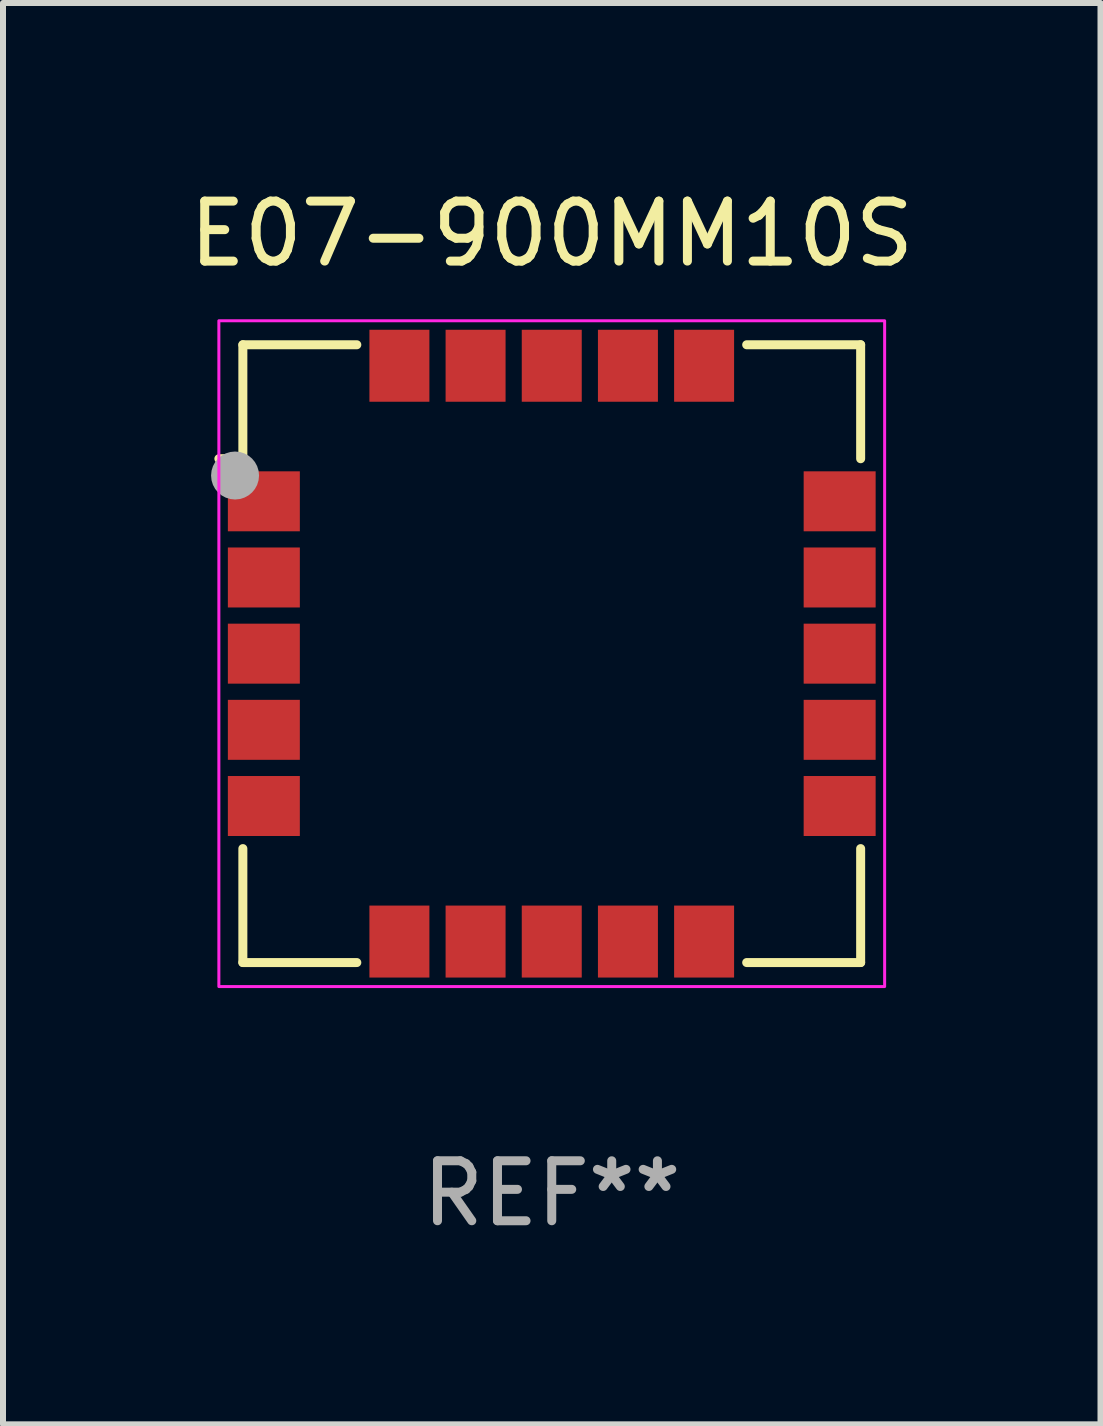
<source format=kicad_pcb>
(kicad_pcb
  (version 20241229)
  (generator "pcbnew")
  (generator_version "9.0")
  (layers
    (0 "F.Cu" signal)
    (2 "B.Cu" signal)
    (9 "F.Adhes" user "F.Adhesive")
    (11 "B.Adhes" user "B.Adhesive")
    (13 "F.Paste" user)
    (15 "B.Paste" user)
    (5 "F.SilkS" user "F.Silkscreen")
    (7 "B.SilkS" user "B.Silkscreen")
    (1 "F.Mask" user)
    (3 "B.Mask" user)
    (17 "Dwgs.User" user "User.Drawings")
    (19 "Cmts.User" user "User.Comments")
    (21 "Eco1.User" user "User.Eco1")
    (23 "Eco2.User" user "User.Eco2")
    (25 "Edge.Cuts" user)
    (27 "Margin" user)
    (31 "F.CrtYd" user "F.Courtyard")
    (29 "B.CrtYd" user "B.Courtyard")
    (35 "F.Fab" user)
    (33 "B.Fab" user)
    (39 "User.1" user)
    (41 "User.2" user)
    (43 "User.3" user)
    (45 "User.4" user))
  (footprint "E07-900MM10S"
    (layer "F.Cu")
    (at 6.149 7.848)
    (property "Reference" "E07-900MM10S" (at 0 -7 0) (layer "F.SilkS") (effects (font (size 1 1) (thickness 0.15))))
    (attr smd)
    (fp_line (start -5.15 -5.15) (end -3.25 -5.15) (stroke (width 0.15) (type solid)) (layer "F.SilkS"))
    (fp_line (start -5.15 -3.25) (end -5.55 -3.25) (stroke (width 0.15) (type default)) (layer "F.SilkS"))
    (fp_line (start -5.15 -3.25) (end -5.15 -5.15) (stroke (width 0.15) (type solid)) (layer "F.SilkS"))
    (fp_line (start -5.15 5.15) (end -5.15 3.25) (stroke (width 0.15) (type solid)) (layer "F.SilkS"))
    (fp_line (start -3.25 5.15) (end -5.15 5.15) (stroke (width 0.15) (type solid)) (layer "F.SilkS"))
    (fp_line (start 3.25 -5.15) (end 5.15 -5.15) (stroke (width 0.15) (type solid)) (layer "F.SilkS"))
    (fp_line (start 5.15 -5.15) (end 5.15 -3.25) (stroke (width 0.15) (type solid)) (layer "F.SilkS"))
    (fp_line (start 5.15 3.25) (end 5.15 5.15) (stroke (width 0.15) (type solid)) (layer "F.SilkS"))
    (fp_line (start 5.15 5.15) (end 3.25 5.15) (stroke (width 0.15) (type solid)) (layer "F.SilkS"))
    (fp_rect (start -5.55 -5.55) (end 5.55 5.55) (stroke (width 0.05) (type default)) (fill no) (layer "F.CrtYd"))
    (fp_circle (center -5.28 -2.97) (end -5.08 -2.97) (stroke (width 0.4) (type solid)) (fill no) (layer "F.Fab"))
    (fp_text user "REF**" (at 0 9 0) (layer "F.Fab") (effects (font (size 1 1) (thickness 0.15))))
    (pad "1" smd rect (at -4.8 -2.54) (size 1.2 1) (layers "F.Cu" "F.Mask" "F.Paste"))
    (pad "2" smd rect (at -4.8 -1.27) (size 1.2 1) (layers "F.Cu" "F.Mask" "F.Paste"))
    (pad "3" smd rect (at -4.8 0) (size 1.2 1) (layers "F.Cu" "F.Mask" "F.Paste"))
    (pad "4" smd rect (at -4.8 1.27) (size 1.2 1) (layers "F.Cu" "F.Mask" "F.Paste"))
    (pad "5" smd rect (at -4.8 2.54) (size 1.2 1) (layers "F.Cu" "F.Mask" "F.Paste"))
    (pad "6" smd rect (at -2.54 4.8) (size 1 1.2) (layers "F.Cu" "F.Mask" "F.Paste"))
    (pad "7" smd rect (at -1.27 4.8) (size 1 1.2) (layers "F.Cu" "F.Mask" "F.Paste"))
    (pad "8" smd rect (at 0 4.8) (size 1 1.2) (layers "F.Cu" "F.Mask" "F.Paste"))
    (pad "9" smd rect (at 1.27 4.8) (size 1 1.2) (layers "F.Cu" "F.Mask" "F.Paste"))
    (pad "10" smd rect (at 2.54 4.8) (size 1 1.2) (layers "F.Cu" "F.Mask" "F.Paste"))
    (pad "11" smd rect (at 4.8 2.54) (size 1.2 1) (layers "F.Cu" "F.Mask" "F.Paste"))
    (pad "12" smd rect (at 4.8 1.27) (size 1.2 1) (layers "F.Cu" "F.Mask" "F.Paste"))
    (pad "13" smd rect (at 4.8 0) (size 1.2 1) (layers "F.Cu" "F.Mask" "F.Paste"))
    (pad "14" smd rect (at 4.8 -1.27) (size 1.2 1) (layers "F.Cu" "F.Mask" "F.Paste"))
    (pad "15" smd rect (at 4.8 -2.54) (size 1.2 1) (layers "F.Cu" "F.Mask" "F.Paste"))
    (pad "16" smd rect (at 2.54 -4.8) (size 1 1.2) (layers "F.Cu" "F.Mask" "F.Paste"))
    (pad "17" smd rect (at 1.27 -4.8) (size 1 1.2) (layers "F.Cu" "F.Mask" "F.Paste"))
    (pad "18" smd rect (at 0 -4.8) (size 1 1.2) (layers "F.Cu" "F.Mask" "F.Paste"))
    (pad "19" smd rect (at -1.27 -4.8) (size 1 1.2) (layers "F.Cu" "F.Mask" "F.Paste"))
    (pad "20" smd rect (at -2.54 -4.8) (size 1 1.2) (layers "F.Cu" "F.Mask" "F.Paste")))
  (gr_rect
    (start -3 -3)
    (end 15.298 20.697)
    (stroke (width 0.1) (type default))
    (fill no)
    (layer "Edge.Cuts")))
</source>
